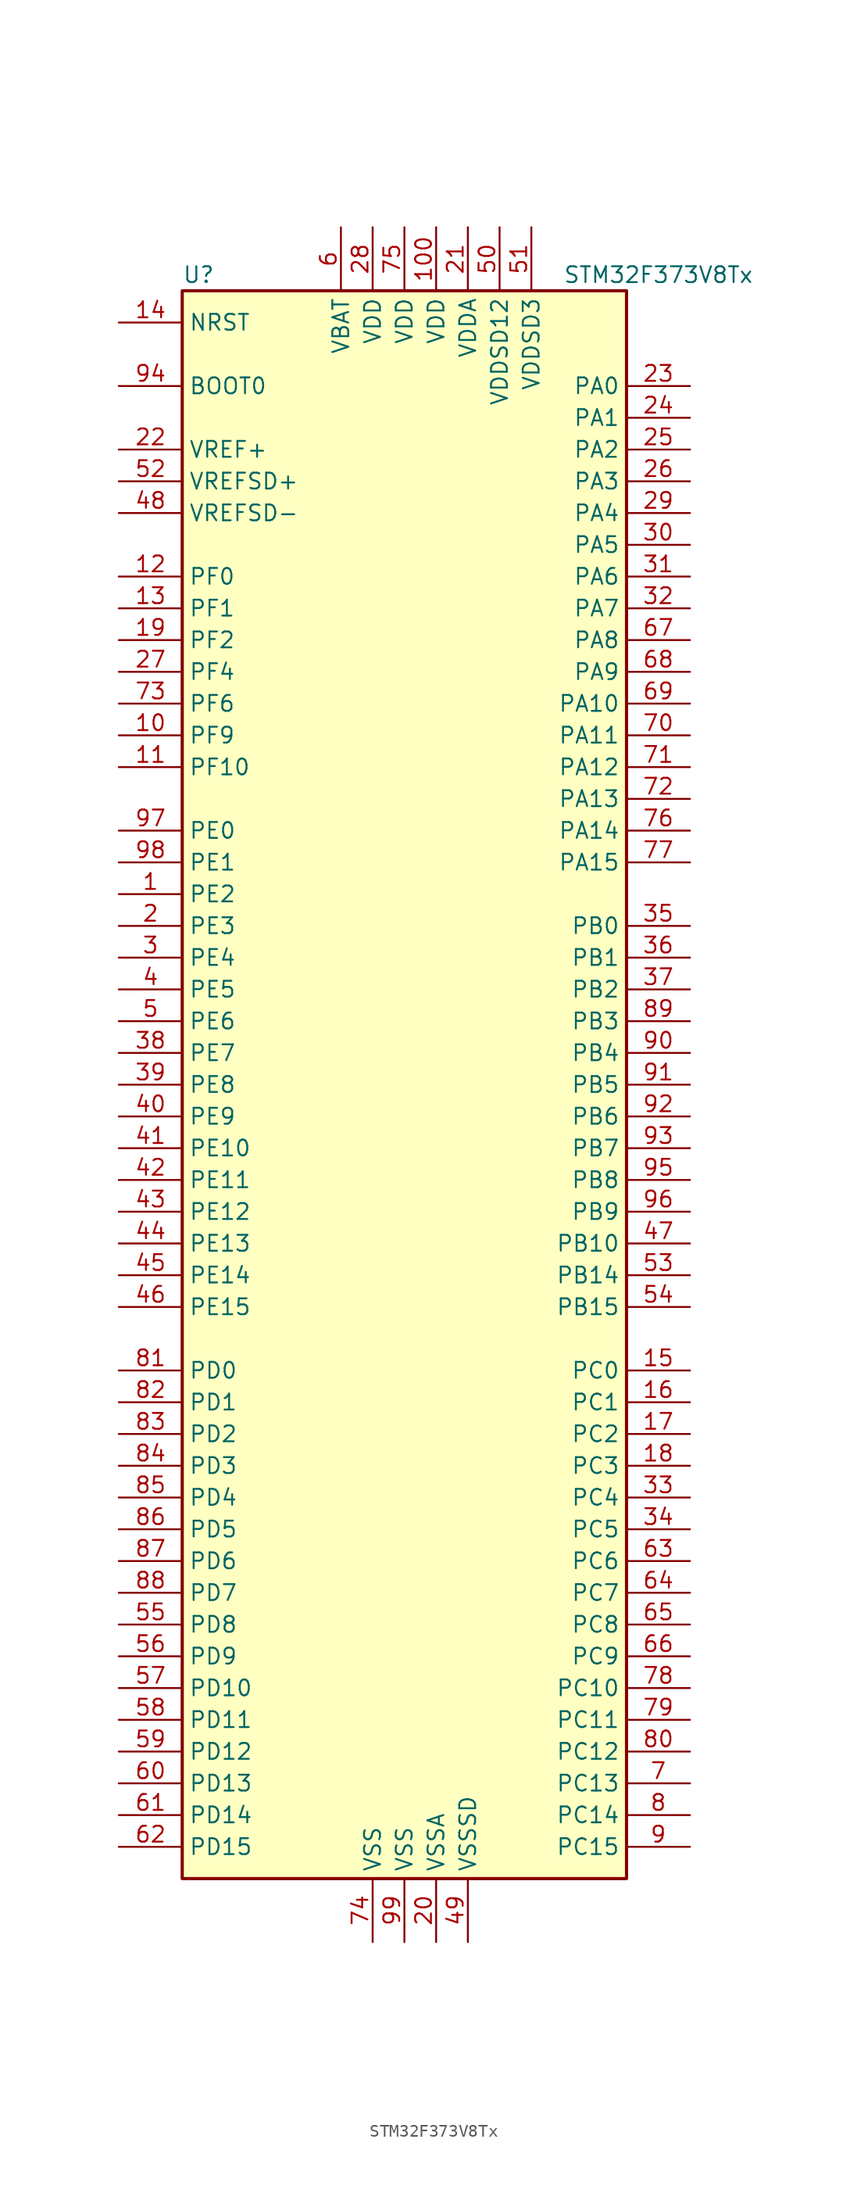
<source format=kicad_sym>
(kicad_symbol_lib
  (version 20201005)
  (generator kicad_symbol_editor)
  (symbol "MCU_ST_STM32F3:STM32F373V8Tx"
    (property "Reference" "U"
      (at -17.78 64.77 0)
      (effects (font (size 1.27 1.27)) (justify left)))
    (property "Value" "STM32F373V8Tx"
      (at 12.7 64.77 0)
      (effects (font (size 1.27 1.27)) (justify left)))
    (symbol "STM32F373V8Tx_0_1"
      (rectangle (start -17.78 -63.5) (end 17.78 63.5) (stroke (width 0.254)) (fill (type background))))
    (symbol "STM32F373V8Tx_1_1"
      (pin input line (at -22.86 55.88 0) (length 5.08) (name "BOOT0" (effects (font (size 1.27 1.27)))) (number "94" (effects (font (size 1.27 1.27)))))
      (pin input line (at -22.86 60.96 0) (length 5.08) (name "NRST" (effects (font (size 1.27 1.27)))) (number "14" (effects (font (size 1.27 1.27)))))
      (pin bidirectional line (at 22.86 55.88 180) (length 5.08) (name "PA0" (effects (font (size 1.27 1.27)))) (number "23" (effects (font (size 1.27 1.27)))))
      (pin bidirectional line (at 22.86 53.34 180) (length 5.08) (name "PA1" (effects (font (size 1.27 1.27)))) (number "24" (effects (font (size 1.27 1.27)))))
      (pin bidirectional line (at 22.86 30.48 180) (length 5.08) (name "PA10" (effects (font (size 1.27 1.27)))) (number "69" (effects (font (size 1.27 1.27)))))
      (pin bidirectional line (at 22.86 27.94 180) (length 5.08) (name "PA11" (effects (font (size 1.27 1.27)))) (number "70" (effects (font (size 1.27 1.27)))))
      (pin bidirectional line (at 22.86 25.4 180) (length 5.08) (name "PA12" (effects (font (size 1.27 1.27)))) (number "71" (effects (font (size 1.27 1.27)))))
      (pin bidirectional line (at 22.86 22.86 180) (length 5.08) (name "PA13" (effects (font (size 1.27 1.27)))) (number "72" (effects (font (size 1.27 1.27)))))
      (pin bidirectional line (at 22.86 20.32 180) (length 5.08) (name "PA14" (effects (font (size 1.27 1.27)))) (number "76" (effects (font (size 1.27 1.27)))))
      (pin bidirectional line (at 22.86 17.78 180) (length 5.08) (name "PA15" (effects (font (size 1.27 1.27)))) (number "77" (effects (font (size 1.27 1.27)))))
      (pin bidirectional line (at 22.86 50.8 180) (length 5.08) (name "PA2" (effects (font (size 1.27 1.27)))) (number "25" (effects (font (size 1.27 1.27)))))
      (pin bidirectional line (at 22.86 48.26 180) (length 5.08) (name "PA3" (effects (font (size 1.27 1.27)))) (number "26" (effects (font (size 1.27 1.27)))))
      (pin bidirectional line (at 22.86 45.72 180) (length 5.08) (name "PA4" (effects (font (size 1.27 1.27)))) (number "29" (effects (font (size 1.27 1.27)))))
      (pin bidirectional line (at 22.86 43.18 180) (length 5.08) (name "PA5" (effects (font (size 1.27 1.27)))) (number "30" (effects (font (size 1.27 1.27)))))
      (pin bidirectional line (at 22.86 40.64 180) (length 5.08) (name "PA6" (effects (font (size 1.27 1.27)))) (number "31" (effects (font (size 1.27 1.27)))))
      (pin bidirectional line (at 22.86 38.1 180) (length 5.08) (name "PA7" (effects (font (size 1.27 1.27)))) (number "32" (effects (font (size 1.27 1.27)))))
      (pin bidirectional line (at 22.86 35.56 180) (length 5.08) (name "PA8" (effects (font (size 1.27 1.27)))) (number "67" (effects (font (size 1.27 1.27)))))
      (pin bidirectional line (at 22.86 33.02 180) (length 5.08) (name "PA9" (effects (font (size 1.27 1.27)))) (number "68" (effects (font (size 1.27 1.27)))))
      (pin bidirectional line (at 22.86 12.7 180) (length 5.08) (name "PB0" (effects (font (size 1.27 1.27)))) (number "35" (effects (font (size 1.27 1.27)))))
      (pin bidirectional line (at 22.86 10.16 180) (length 5.08) (name "PB1" (effects (font (size 1.27 1.27)))) (number "36" (effects (font (size 1.27 1.27)))))
      (pin bidirectional line (at 22.86 -12.7 180) (length 5.08) (name "PB10" (effects (font (size 1.27 1.27)))) (number "47" (effects (font (size 1.27 1.27)))))
      (pin bidirectional line (at 22.86 -15.24 180) (length 5.08) (name "PB14" (effects (font (size 1.27 1.27)))) (number "53" (effects (font (size 1.27 1.27)))))
      (pin bidirectional line (at 22.86 -17.78 180) (length 5.08) (name "PB15" (effects (font (size 1.27 1.27)))) (number "54" (effects (font (size 1.27 1.27)))))
      (pin bidirectional line (at 22.86 7.62 180) (length 5.08) (name "PB2" (effects (font (size 1.27 1.27)))) (number "37" (effects (font (size 1.27 1.27)))))
      (pin bidirectional line (at 22.86 5.08 180) (length 5.08) (name "PB3" (effects (font (size 1.27 1.27)))) (number "89" (effects (font (size 1.27 1.27)))))
      (pin bidirectional line (at 22.86 2.54 180) (length 5.08) (name "PB4" (effects (font (size 1.27 1.27)))) (number "90" (effects (font (size 1.27 1.27)))))
      (pin bidirectional line (at 22.86 0 180) (length 5.08) (name "PB5" (effects (font (size 1.27 1.27)))) (number "91" (effects (font (size 1.27 1.27)))))
      (pin bidirectional line (at 22.86 -2.54 180) (length 5.08) (name "PB6" (effects (font (size 1.27 1.27)))) (number "92" (effects (font (size 1.27 1.27)))))
      (pin bidirectional line (at 22.86 -5.08 180) (length 5.08) (name "PB7" (effects (font (size 1.27 1.27)))) (number "93" (effects (font (size 1.27 1.27)))))
      (pin bidirectional line (at 22.86 -7.62 180) (length 5.08) (name "PB8" (effects (font (size 1.27 1.27)))) (number "95" (effects (font (size 1.27 1.27)))))
      (pin bidirectional line (at 22.86 -10.16 180) (length 5.08) (name "PB9" (effects (font (size 1.27 1.27)))) (number "96" (effects (font (size 1.27 1.27)))))
      (pin bidirectional line (at 22.86 -22.86 180) (length 5.08) (name "PC0" (effects (font (size 1.27 1.27)))) (number "15" (effects (font (size 1.27 1.27)))))
      (pin bidirectional line (at 22.86 -25.4 180) (length 5.08) (name "PC1" (effects (font (size 1.27 1.27)))) (number "16" (effects (font (size 1.27 1.27)))))
      (pin bidirectional line (at 22.86 -48.26 180) (length 5.08) (name "PC10" (effects (font (size 1.27 1.27)))) (number "78" (effects (font (size 1.27 1.27)))))
      (pin bidirectional line (at 22.86 -50.8 180) (length 5.08) (name "PC11" (effects (font (size 1.27 1.27)))) (number "79" (effects (font (size 1.27 1.27)))))
      (pin bidirectional line (at 22.86 -53.34 180) (length 5.08) (name "PC12" (effects (font (size 1.27 1.27)))) (number "80" (effects (font (size 1.27 1.27)))))
      (pin bidirectional line (at 22.86 -55.88 180) (length 5.08) (name "PC13" (effects (font (size 1.27 1.27)))) (number "7" (effects (font (size 1.27 1.27)))))
      (pin bidirectional line (at 22.86 -58.42 180) (length 5.08) (name "PC14" (effects (font (size 1.27 1.27)))) (number "8" (effects (font (size 1.27 1.27)))))
      (pin bidirectional line (at 22.86 -60.96 180) (length 5.08) (name "PC15" (effects (font (size 1.27 1.27)))) (number "9" (effects (font (size 1.27 1.27)))))
      (pin bidirectional line (at 22.86 -27.94 180) (length 5.08) (name "PC2" (effects (font (size 1.27 1.27)))) (number "17" (effects (font (size 1.27 1.27)))))
      (pin bidirectional line (at 22.86 -30.48 180) (length 5.08) (name "PC3" (effects (font (size 1.27 1.27)))) (number "18" (effects (font (size 1.27 1.27)))))
      (pin bidirectional line (at 22.86 -33.02 180) (length 5.08) (name "PC4" (effects (font (size 1.27 1.27)))) (number "33" (effects (font (size 1.27 1.27)))))
      (pin bidirectional line (at 22.86 -35.56 180) (length 5.08) (name "PC5" (effects (font (size 1.27 1.27)))) (number "34" (effects (font (size 1.27 1.27)))))
      (pin bidirectional line (at 22.86 -38.1 180) (length 5.08) (name "PC6" (effects (font (size 1.27 1.27)))) (number "63" (effects (font (size 1.27 1.27)))))
      (pin bidirectional line (at 22.86 -40.64 180) (length 5.08) (name "PC7" (effects (font (size 1.27 1.27)))) (number "64" (effects (font (size 1.27 1.27)))))
      (pin bidirectional line (at 22.86 -43.18 180) (length 5.08) (name "PC8" (effects (font (size 1.27 1.27)))) (number "65" (effects (font (size 1.27 1.27)))))
      (pin bidirectional line (at 22.86 -45.72 180) (length 5.08) (name "PC9" (effects (font (size 1.27 1.27)))) (number "66" (effects (font (size 1.27 1.27)))))
      (pin bidirectional line (at -22.86 -22.86 0) (length 5.08) (name "PD0" (effects (font (size 1.27 1.27)))) (number "81" (effects (font (size 1.27 1.27)))))
      (pin bidirectional line (at -22.86 -25.4 0) (length 5.08) (name "PD1" (effects (font (size 1.27 1.27)))) (number "82" (effects (font (size 1.27 1.27)))))
      (pin bidirectional line (at -22.86 -48.26 0) (length 5.08) (name "PD10" (effects (font (size 1.27 1.27)))) (number "57" (effects (font (size 1.27 1.27)))))
      (pin bidirectional line (at -22.86 -50.8 0) (length 5.08) (name "PD11" (effects (font (size 1.27 1.27)))) (number "58" (effects (font (size 1.27 1.27)))))
      (pin bidirectional line (at -22.86 -53.34 0) (length 5.08) (name "PD12" (effects (font (size 1.27 1.27)))) (number "59" (effects (font (size 1.27 1.27)))))
      (pin bidirectional line (at -22.86 -55.88 0) (length 5.08) (name "PD13" (effects (font (size 1.27 1.27)))) (number "60" (effects (font (size 1.27 1.27)))))
      (pin bidirectional line (at -22.86 -58.42 0) (length 5.08) (name "PD14" (effects (font (size 1.27 1.27)))) (number "61" (effects (font (size 1.27 1.27)))))
      (pin bidirectional line (at -22.86 -60.96 0) (length 5.08) (name "PD15" (effects (font (size 1.27 1.27)))) (number "62" (effects (font (size 1.27 1.27)))))
      (pin bidirectional line (at -22.86 -27.94 0) (length 5.08) (name "PD2" (effects (font (size 1.27 1.27)))) (number "83" (effects (font (size 1.27 1.27)))))
      (pin bidirectional line (at -22.86 -30.48 0) (length 5.08) (name "PD3" (effects (font (size 1.27 1.27)))) (number "84" (effects (font (size 1.27 1.27)))))
      (pin bidirectional line (at -22.86 -33.02 0) (length 5.08) (name "PD4" (effects (font (size 1.27 1.27)))) (number "85" (effects (font (size 1.27 1.27)))))
      (pin bidirectional line (at -22.86 -35.56 0) (length 5.08) (name "PD5" (effects (font (size 1.27 1.27)))) (number "86" (effects (font (size 1.27 1.27)))))
      (pin bidirectional line (at -22.86 -38.1 0) (length 5.08) (name "PD6" (effects (font (size 1.27 1.27)))) (number "87" (effects (font (size 1.27 1.27)))))
      (pin bidirectional line (at -22.86 -40.64 0) (length 5.08) (name "PD7" (effects (font (size 1.27 1.27)))) (number "88" (effects (font (size 1.27 1.27)))))
      (pin bidirectional line (at -22.86 -43.18 0) (length 5.08) (name "PD8" (effects (font (size 1.27 1.27)))) (number "55" (effects (font (size 1.27 1.27)))))
      (pin bidirectional line (at -22.86 -45.72 0) (length 5.08) (name "PD9" (effects (font (size 1.27 1.27)))) (number "56" (effects (font (size 1.27 1.27)))))
      (pin bidirectional line (at -22.86 20.32 0) (length 5.08) (name "PE0" (effects (font (size 1.27 1.27)))) (number "97" (effects (font (size 1.27 1.27)))))
      (pin bidirectional line (at -22.86 17.78 0) (length 5.08) (name "PE1" (effects (font (size 1.27 1.27)))) (number "98" (effects (font (size 1.27 1.27)))))
      (pin bidirectional line (at -22.86 -5.08 0) (length 5.08) (name "PE10" (effects (font (size 1.27 1.27)))) (number "41" (effects (font (size 1.27 1.27)))))
      (pin bidirectional line (at -22.86 -7.62 0) (length 5.08) (name "PE11" (effects (font (size 1.27 1.27)))) (number "42" (effects (font (size 1.27 1.27)))))
      (pin bidirectional line (at -22.86 -10.16 0) (length 5.08) (name "PE12" (effects (font (size 1.27 1.27)))) (number "43" (effects (font (size 1.27 1.27)))))
      (pin bidirectional line (at -22.86 -12.7 0) (length 5.08) (name "PE13" (effects (font (size 1.27 1.27)))) (number "44" (effects (font (size 1.27 1.27)))))
      (pin bidirectional line (at -22.86 -15.24 0) (length 5.08) (name "PE14" (effects (font (size 1.27 1.27)))) (number "45" (effects (font (size 1.27 1.27)))))
      (pin bidirectional line (at -22.86 -17.78 0) (length 5.08) (name "PE15" (effects (font (size 1.27 1.27)))) (number "46" (effects (font (size 1.27 1.27)))))
      (pin bidirectional line (at -22.86 15.24 0) (length 5.08) (name "PE2" (effects (font (size 1.27 1.27)))) (number "1" (effects (font (size 1.27 1.27)))))
      (pin bidirectional line (at -22.86 12.7 0) (length 5.08) (name "PE3" (effects (font (size 1.27 1.27)))) (number "2" (effects (font (size 1.27 1.27)))))
      (pin bidirectional line (at -22.86 10.16 0) (length 5.08) (name "PE4" (effects (font (size 1.27 1.27)))) (number "3" (effects (font (size 1.27 1.27)))))
      (pin bidirectional line (at -22.86 7.62 0) (length 5.08) (name "PE5" (effects (font (size 1.27 1.27)))) (number "4" (effects (font (size 1.27 1.27)))))
      (pin bidirectional line (at -22.86 5.08 0) (length 5.08) (name "PE6" (effects (font (size 1.27 1.27)))) (number "5" (effects (font (size 1.27 1.27)))))
      (pin bidirectional line (at -22.86 2.54 0) (length 5.08) (name "PE7" (effects (font (size 1.27 1.27)))) (number "38" (effects (font (size 1.27 1.27)))))
      (pin bidirectional line (at -22.86 0 0) (length 5.08) (name "PE8" (effects (font (size 1.27 1.27)))) (number "39" (effects (font (size 1.27 1.27)))))
      (pin bidirectional line (at -22.86 -2.54 0) (length 5.08) (name "PE9" (effects (font (size 1.27 1.27)))) (number "40" (effects (font (size 1.27 1.27)))))
      (pin input line (at -22.86 40.64 0) (length 5.08) (name "PF0" (effects (font (size 1.27 1.27)))) (number "12" (effects (font (size 1.27 1.27)))))
      (pin input line (at -22.86 38.1 0) (length 5.08) (name "PF1" (effects (font (size 1.27 1.27)))) (number "13" (effects (font (size 1.27 1.27)))))
      (pin bidirectional line (at -22.86 25.4 0) (length 5.08) (name "PF10" (effects (font (size 1.27 1.27)))) (number "11" (effects (font (size 1.27 1.27)))))
      (pin bidirectional line (at -22.86 35.56 0) (length 5.08) (name "PF2" (effects (font (size 1.27 1.27)))) (number "19" (effects (font (size 1.27 1.27)))))
      (pin bidirectional line (at -22.86 33.02 0) (length 5.08) (name "PF4" (effects (font (size 1.27 1.27)))) (number "27" (effects (font (size 1.27 1.27)))))
      (pin bidirectional line (at -22.86 30.48 0) (length 5.08) (name "PF6" (effects (font (size 1.27 1.27)))) (number "73" (effects (font (size 1.27 1.27)))))
      (pin bidirectional line (at -22.86 27.94 0) (length 5.08) (name "PF9" (effects (font (size 1.27 1.27)))) (number "10" (effects (font (size 1.27 1.27)))))
      (pin power_in line (at -5.08 68.58 270) (length 5.08) (name "VBAT" (effects (font (size 1.27 1.27)))) (number "6" (effects (font (size 1.27 1.27)))))
      (pin power_in line (at 2.54 68.58 270) (length 5.08) (name "VDD" (effects (font (size 1.27 1.27)))) (number "100" (effects (font (size 1.27 1.27)))))
      (pin power_in line (at -2.54 68.58 270) (length 5.08) (name "VDD" (effects (font (size 1.27 1.27)))) (number "28" (effects (font (size 1.27 1.27)))))
      (pin power_in line (at 0 68.58 270) (length 5.08) (name "VDD" (effects (font (size 1.27 1.27)))) (number "75" (effects (font (size 1.27 1.27)))))
      (pin power_in line (at 5.08 68.58 270) (length 5.08) (name "VDDA" (effects (font (size 1.27 1.27)))) (number "21" (effects (font (size 1.27 1.27)))))
      (pin power_in line (at 7.62 68.58 270) (length 5.08) (name "VDDSD12" (effects (font (size 1.27 1.27)))) (number "50" (effects (font (size 1.27 1.27)))))
      (pin power_in line (at 10.16 68.58 270) (length 5.08) (name "VDDSD3" (effects (font (size 1.27 1.27)))) (number "51" (effects (font (size 1.27 1.27)))))
      (pin power_in line (at -22.86 50.8 0) (length 5.08) (name "VREF+" (effects (font (size 1.27 1.27)))) (number "22" (effects (font (size 1.27 1.27)))))
      (pin power_in line (at -22.86 48.26 0) (length 5.08) (name "VREFSD+" (effects (font (size 1.27 1.27)))) (number "52" (effects (font (size 1.27 1.27)))))
      (pin power_in line (at -22.86 45.72 0) (length 5.08) (name "VREFSD-" (effects (font (size 1.27 1.27)))) (number "48" (effects (font (size 1.27 1.27)))))
      (pin power_in line (at -2.54 -68.58 90) (length 5.08) (name "VSS" (effects (font (size 1.27 1.27)))) (number "74" (effects (font (size 1.27 1.27)))))
      (pin power_in line (at 0 -68.58 90) (length 5.08) (name "VSS" (effects (font (size 1.27 1.27)))) (number "99" (effects (font (size 1.27 1.27)))))
      (pin power_in line (at 2.54 -68.58 90) (length 5.08) (name "VSSA" (effects (font (size 1.27 1.27)))) (number "20" (effects (font (size 1.27 1.27)))))
      (pin power_in line (at 5.08 -68.58 90) (length 5.08) (name "VSSSD" (effects (font (size 1.27 1.27)))) (number "49" (effects (font (size 1.27 1.27))))))))
</source>
